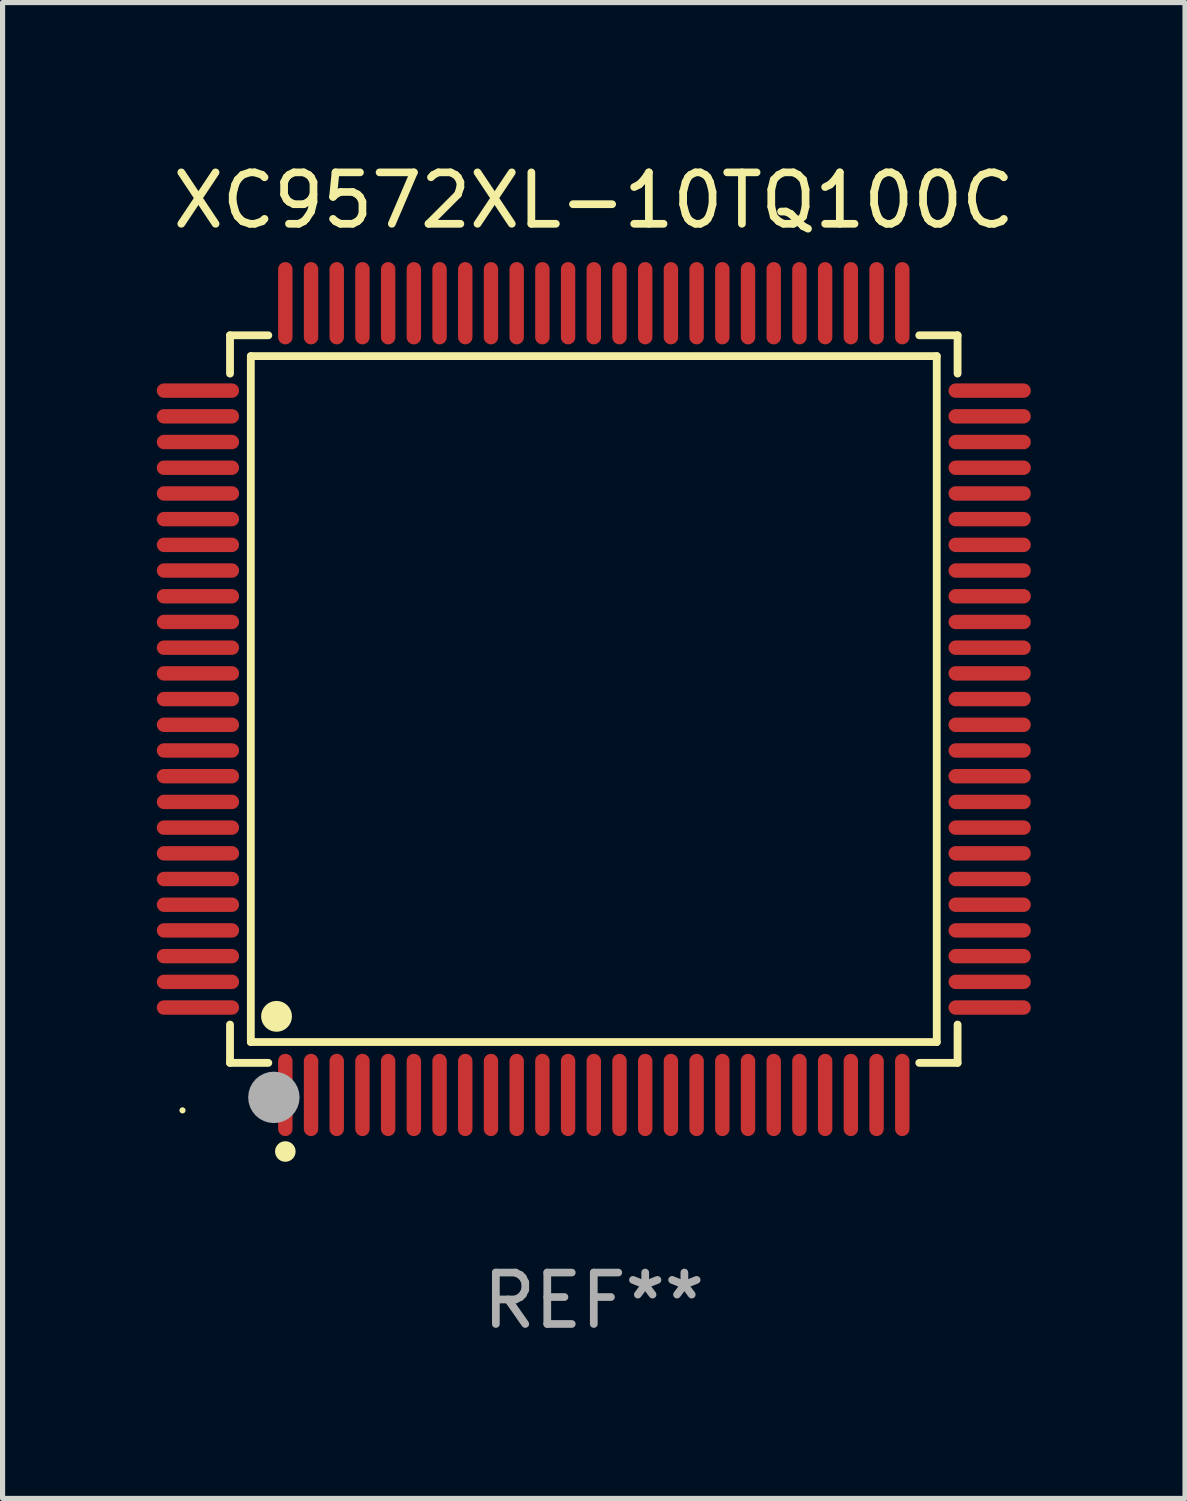
<source format=kicad_pcb>
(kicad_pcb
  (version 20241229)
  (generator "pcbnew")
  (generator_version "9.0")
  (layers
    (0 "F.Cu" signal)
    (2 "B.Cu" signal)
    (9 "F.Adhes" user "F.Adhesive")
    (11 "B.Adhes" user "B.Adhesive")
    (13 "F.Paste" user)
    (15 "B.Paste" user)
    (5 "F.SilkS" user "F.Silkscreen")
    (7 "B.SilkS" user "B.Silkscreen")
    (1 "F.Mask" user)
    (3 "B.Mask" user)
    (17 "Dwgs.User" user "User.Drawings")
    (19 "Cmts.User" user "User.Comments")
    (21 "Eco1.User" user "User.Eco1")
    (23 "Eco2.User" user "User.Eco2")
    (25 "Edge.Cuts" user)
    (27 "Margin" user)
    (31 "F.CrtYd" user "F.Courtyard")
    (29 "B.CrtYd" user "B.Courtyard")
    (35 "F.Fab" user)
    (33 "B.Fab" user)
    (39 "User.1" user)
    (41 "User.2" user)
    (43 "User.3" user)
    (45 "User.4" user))
  (footprint "XC9572XL-10TQ100C"
    (layer "F.Cu")
    (at 8.5 10.548)
    (property "Reference" "XC9572XL-10TQ100C" (at 0 -9.7 0) (layer "F.SilkS") (effects (font (size 1 1) (thickness 0.15))))
    (attr through_hole)
    (fp_line (start -7.076 -7.076) (end -6.331 -7.076) (stroke (width 0.152) (type solid)) (layer "F.SilkS"))
    (fp_line (start -7.076 -6.331) (end -7.076 -7.076) (stroke (width 0.152) (type solid)) (layer "F.SilkS"))
    (fp_line (start -7.076 6.331) (end -7.076 7.076) (stroke (width 0.152) (type solid)) (layer "F.SilkS"))
    (fp_line (start -7.076 7.076) (end -6.331 7.076) (stroke (width 0.152) (type solid)) (layer "F.SilkS"))
    (fp_line (start -6.671 -6.671) (end 6.671 -6.671) (stroke (width 0.152) (type solid)) (layer "F.SilkS"))
    (fp_line (start -6.671 6.671) (end -6.671 -6.671) (stroke (width 0.152) (type solid)) (layer "F.SilkS"))
    (fp_line (start 6.671 -6.671) (end 6.671 6.671) (stroke (width 0.152) (type solid)) (layer "F.SilkS"))
    (fp_line (start 6.671 6.671) (end -6.671 6.671) (stroke (width 0.152) (type solid)) (layer "F.SilkS"))
    (fp_line (start 7.076 -7.076) (end 6.331 -7.076) (stroke (width 0.152) (type solid)) (layer "F.SilkS"))
    (fp_line (start 7.076 -6.331) (end 7.076 -7.076) (stroke (width 0.152) (type solid)) (layer "F.SilkS"))
    (fp_line (start 7.076 6.331) (end 7.076 7.076) (stroke (width 0.152) (type solid)) (layer "F.SilkS"))
    (fp_line (start 7.076 7.076) (end 6.331 7.076) (stroke (width 0.152) (type solid)) (layer "F.SilkS"))
    (fp_circle (center -8 8) (end -7.97 8) (stroke (width 0.06) (type solid)) (fill no) (layer "F.SilkS"))
    (fp_circle (center -6.171 6.171) (end -6.021 6.171) (stroke (width 0.3) (type solid)) (fill no) (layer "F.SilkS"))
    (fp_circle (center -6 8.8) (end -5.9 8.8) (stroke (width 0.2) (type solid)) (fill no) (layer "F.SilkS"))
    (fp_circle (center -6.223 7.747) (end -5.973 7.747) (stroke (width 0.5) (type solid)) (fill no) (layer "F.Fab"))
    (fp_text user "REF**" (at 0 11.7 0) (layer "F.Fab") (effects (font (size 1 1) (thickness 0.15))))
    (pad "1" smd oval (at -6 7.7) (size 0.28 1.6) (layers "F.Cu" "F.Mask" "F.Paste"))
    (pad "2" smd oval (at -5.5 7.7) (size 0.28 1.6) (layers "F.Cu" "F.Mask" "F.Paste"))
    (pad "3" smd oval (at -5 7.7) (size 0.28 1.6) (layers "F.Cu" "F.Mask" "F.Paste"))
    (pad "4" smd oval (at -4.5 7.7) (size 0.28 1.6) (layers "F.Cu" "F.Mask" "F.Paste"))
    (pad "5" smd oval (at -4 7.7) (size 0.28 1.6) (layers "F.Cu" "F.Mask" "F.Paste"))
    (pad "6" smd oval (at -3.5 7.7) (size 0.28 1.6) (layers "F.Cu" "F.Mask" "F.Paste"))
    (pad "7" smd oval (at -3 7.7) (size 0.28 1.6) (layers "F.Cu" "F.Mask" "F.Paste"))
    (pad "8" smd oval (at -2.5 7.7) (size 0.28 1.6) (layers "F.Cu" "F.Mask" "F.Paste"))
    (pad "9" smd oval (at -2 7.7) (size 0.28 1.6) (layers "F.Cu" "F.Mask" "F.Paste"))
    (pad "10" smd oval (at -1.5 7.7) (size 0.28 1.6) (layers "F.Cu" "F.Mask" "F.Paste"))
    (pad "11" smd oval (at -1 7.7) (size 0.28 1.6) (layers "F.Cu" "F.Mask" "F.Paste"))
    (pad "12" smd oval (at -0.5 7.7) (size 0.28 1.6) (layers "F.Cu" "F.Mask" "F.Paste"))
    (pad "13" smd oval (at 0 7.7) (size 0.28 1.6) (layers "F.Cu" "F.Mask" "F.Paste"))
    (pad "14" smd oval (at 0.5 7.7) (size 0.28 1.6) (layers "F.Cu" "F.Mask" "F.Paste"))
    (pad "15" smd oval (at 1 7.7) (size 0.28 1.6) (layers "F.Cu" "F.Mask" "F.Paste"))
    (pad "16" smd oval (at 1.5 7.7) (size 0.28 1.6) (layers "F.Cu" "F.Mask" "F.Paste"))
    (pad "17" smd oval (at 2 7.7) (size 0.28 1.6) (layers "F.Cu" "F.Mask" "F.Paste"))
    (pad "18" smd oval (at 2.5 7.7) (size 0.28 1.6) (layers "F.Cu" "F.Mask" "F.Paste"))
    (pad "19" smd oval (at 3 7.7) (size 0.28 1.6) (layers "F.Cu" "F.Mask" "F.Paste"))
    (pad "20" smd oval (at 3.5 7.7) (size 0.28 1.6) (layers "F.Cu" "F.Mask" "F.Paste"))
    (pad "21" smd oval (at 4 7.7) (size 0.28 1.6) (layers "F.Cu" "F.Mask" "F.Paste"))
    (pad "22" smd oval (at 4.5 7.7) (size 0.28 1.6) (layers "F.Cu" "F.Mask" "F.Paste"))
    (pad "23" smd oval (at 5 7.7) (size 0.28 1.6) (layers "F.Cu" "F.Mask" "F.Paste"))
    (pad "24" smd oval (at 5.5 7.7) (size 0.28 1.6) (layers "F.Cu" "F.Mask" "F.Paste"))
    (pad "25" smd oval (at 6 7.7) (size 0.28 1.6) (layers "F.Cu" "F.Mask" "F.Paste"))
    (pad "26" smd oval (at 7.7 6) (size 1.6 0.28) (layers "F.Cu" "F.Mask" "F.Paste"))
    (pad "27" smd oval (at 7.7 5.5) (size 1.6 0.28) (layers "F.Cu" "F.Mask" "F.Paste"))
    (pad "28" smd oval (at 7.7 5) (size 1.6 0.28) (layers "F.Cu" "F.Mask" "F.Paste"))
    (pad "29" smd oval (at 7.7 4.5) (size 1.6 0.28) (layers "F.Cu" "F.Mask" "F.Paste"))
    (pad "30" smd oval (at 7.7 4) (size 1.6 0.28) (layers "F.Cu" "F.Mask" "F.Paste"))
    (pad "31" smd oval (at 7.7 3.5) (size 1.6 0.28) (layers "F.Cu" "F.Mask" "F.Paste"))
    (pad "32" smd oval (at 7.7 3) (size 1.6 0.28) (layers "F.Cu" "F.Mask" "F.Paste"))
    (pad "33" smd oval (at 7.7 2.5) (size 1.6 0.28) (layers "F.Cu" "F.Mask" "F.Paste"))
    (pad "34" smd oval (at 7.7 2) (size 1.6 0.28) (layers "F.Cu" "F.Mask" "F.Paste"))
    (pad "35" smd oval (at 7.7 1.5) (size 1.6 0.28) (layers "F.Cu" "F.Mask" "F.Paste"))
    (pad "36" smd oval (at 7.7 1) (size 1.6 0.28) (layers "F.Cu" "F.Mask" "F.Paste"))
    (pad "37" smd oval (at 7.7 0.5) (size 1.6 0.28) (layers "F.Cu" "F.Mask" "F.Paste"))
    (pad "38" smd oval (at 7.7 0) (size 1.6 0.28) (layers "F.Cu" "F.Mask" "F.Paste"))
    (pad "39" smd oval (at 7.7 -0.5) (size 1.6 0.28) (layers "F.Cu" "F.Mask" "F.Paste"))
    (pad "40" smd oval (at 7.7 -1) (size 1.6 0.28) (layers "F.Cu" "F.Mask" "F.Paste"))
    (pad "41" smd oval (at 7.7 -1.5) (size 1.6 0.28) (layers "F.Cu" "F.Mask" "F.Paste"))
    (pad "42" smd oval (at 7.7 -2) (size 1.6 0.28) (layers "F.Cu" "F.Mask" "F.Paste"))
    (pad "43" smd oval (at 7.7 -2.5) (size 1.6 0.28) (layers "F.Cu" "F.Mask" "F.Paste"))
    (pad "44" smd oval (at 7.7 -3) (size 1.6 0.28) (layers "F.Cu" "F.Mask" "F.Paste"))
    (pad "45" smd oval (at 7.7 -3.5) (size 1.6 0.28) (layers "F.Cu" "F.Mask" "F.Paste"))
    (pad "46" smd oval (at 7.7 -4) (size 1.6 0.28) (layers "F.Cu" "F.Mask" "F.Paste"))
    (pad "47" smd oval (at 7.7 -4.5) (size 1.6 0.28) (layers "F.Cu" "F.Mask" "F.Paste"))
    (pad "48" smd oval (at 7.7 -5) (size 1.6 0.28) (layers "F.Cu" "F.Mask" "F.Paste"))
    (pad "49" smd oval (at 7.7 -5.5) (size 1.6 0.28) (layers "F.Cu" "F.Mask" "F.Paste"))
    (pad "50" smd oval (at 7.7 -6) (size 1.6 0.28) (layers "F.Cu" "F.Mask" "F.Paste"))
    (pad "51" smd oval (at 6 -7.7) (size 0.28 1.6) (layers "F.Cu" "F.Mask" "F.Paste"))
    (pad "52" smd oval (at 5.5 -7.7) (size 0.28 1.6) (layers "F.Cu" "F.Mask" "F.Paste"))
    (pad "53" smd oval (at 5 -7.7) (size 0.28 1.6) (layers "F.Cu" "F.Mask" "F.Paste"))
    (pad "54" smd oval (at 4.5 -7.7) (size 0.28 1.6) (layers "F.Cu" "F.Mask" "F.Paste"))
    (pad "55" smd oval (at 4 -7.7) (size 0.28 1.6) (layers "F.Cu" "F.Mask" "F.Paste"))
    (pad "56" smd oval (at 3.5 -7.7) (size 0.28 1.6) (layers "F.Cu" "F.Mask" "F.Paste"))
    (pad "57" smd oval (at 3 -7.7) (size 0.28 1.6) (layers "F.Cu" "F.Mask" "F.Paste"))
    (pad "58" smd oval (at 2.5 -7.7) (size 0.28 1.6) (layers "F.Cu" "F.Mask" "F.Paste"))
    (pad "59" smd oval (at 2 -7.7) (size 0.28 1.6) (layers "F.Cu" "F.Mask" "F.Paste"))
    (pad "60" smd oval (at 1.5 -7.7) (size 0.28 1.6) (layers "F.Cu" "F.Mask" "F.Paste"))
    (pad "61" smd oval (at 1 -7.7) (size 0.28 1.6) (layers "F.Cu" "F.Mask" "F.Paste"))
    (pad "62" smd oval (at 0.5 -7.7) (size 0.28 1.6) (layers "F.Cu" "F.Mask" "F.Paste"))
    (pad "63" smd oval (at 0 -7.7) (size 0.28 1.6) (layers "F.Cu" "F.Mask" "F.Paste"))
    (pad "64" smd oval (at -0.5 -7.7) (size 0.28 1.6) (layers "F.Cu" "F.Mask" "F.Paste"))
    (pad "65" smd oval (at -1 -7.7) (size 0.28 1.6) (layers "F.Cu" "F.Mask" "F.Paste"))
    (pad "66" smd oval (at -1.5 -7.7) (size 0.28 1.6) (layers "F.Cu" "F.Mask" "F.Paste"))
    (pad "67" smd oval (at -2 -7.7) (size 0.28 1.6) (layers "F.Cu" "F.Mask" "F.Paste"))
    (pad "68" smd oval (at -2.5 -7.7) (size 0.28 1.6) (layers "F.Cu" "F.Mask" "F.Paste"))
    (pad "69" smd oval (at -3 -7.7) (size 0.28 1.6) (layers "F.Cu" "F.Mask" "F.Paste"))
    (pad "70" smd oval (at -3.5 -7.7) (size 0.28 1.6) (layers "F.Cu" "F.Mask" "F.Paste"))
    (pad "71" smd oval (at -4 -7.7) (size 0.28 1.6) (layers "F.Cu" "F.Mask" "F.Paste"))
    (pad "72" smd oval (at -4.5 -7.7) (size 0.28 1.6) (layers "F.Cu" "F.Mask" "F.Paste"))
    (pad "73" smd oval (at -5 -7.7) (size 0.28 1.6) (layers "F.Cu" "F.Mask" "F.Paste"))
    (pad "74" smd oval (at -5.5 -7.7) (size 0.28 1.6) (layers "F.Cu" "F.Mask" "F.Paste"))
    (pad "75" smd oval (at -6 -7.7) (size 0.28 1.6) (layers "F.Cu" "F.Mask" "F.Paste"))
    (pad "76" smd oval (at -7.7 -6) (size 1.6 0.28) (layers "F.Cu" "F.Mask" "F.Paste"))
    (pad "77" smd oval (at -7.7 -5.5) (size 1.6 0.28) (layers "F.Cu" "F.Mask" "F.Paste"))
    (pad "78" smd oval (at -7.7 -5) (size 1.6 0.28) (layers "F.Cu" "F.Mask" "F.Paste"))
    (pad "79" smd oval (at -7.7 -4.5) (size 1.6 0.28) (layers "F.Cu" "F.Mask" "F.Paste"))
    (pad "80" smd oval (at -7.7 -4) (size 1.6 0.28) (layers "F.Cu" "F.Mask" "F.Paste"))
    (pad "81" smd oval (at -7.7 -3.5) (size 1.6 0.28) (layers "F.Cu" "F.Mask" "F.Paste"))
    (pad "82" smd oval (at -7.7 -3) (size 1.6 0.28) (layers "F.Cu" "F.Mask" "F.Paste"))
    (pad "83" smd oval (at -7.7 -2.5) (size 1.6 0.28) (layers "F.Cu" "F.Mask" "F.Paste"))
    (pad "84" smd oval (at -7.7 -2) (size 1.6 0.28) (layers "F.Cu" "F.Mask" "F.Paste"))
    (pad "85" smd oval (at -7.7 -1.5) (size 1.6 0.28) (layers "F.Cu" "F.Mask" "F.Paste"))
    (pad "86" smd oval (at -7.7 -1) (size 1.6 0.28) (layers "F.Cu" "F.Mask" "F.Paste"))
    (pad "87" smd oval (at -7.7 -0.5) (size 1.6 0.28) (layers "F.Cu" "F.Mask" "F.Paste"))
    (pad "88" smd oval (at -7.7 0) (size 1.6 0.28) (layers "F.Cu" "F.Mask" "F.Paste"))
    (pad "89" smd oval (at -7.7 0.5) (size 1.6 0.28) (layers "F.Cu" "F.Mask" "F.Paste"))
    (pad "90" smd oval (at -7.7 1) (size 1.6 0.28) (layers "F.Cu" "F.Mask" "F.Paste"))
    (pad "91" smd oval (at -7.7 1.5) (size 1.6 0.28) (layers "F.Cu" "F.Mask" "F.Paste"))
    (pad "92" smd oval (at -7.7 2) (size 1.6 0.28) (layers "F.Cu" "F.Mask" "F.Paste"))
    (pad "93" smd oval (at -7.7 2.5) (size 1.6 0.28) (layers "F.Cu" "F.Mask" "F.Paste"))
    (pad "94" smd oval (at -7.7 3) (size 1.6 0.28) (layers "F.Cu" "F.Mask" "F.Paste"))
    (pad "95" smd oval (at -7.7 3.5) (size 1.6 0.28) (layers "F.Cu" "F.Mask" "F.Paste"))
    (pad "96" smd oval (at -7.7 4) (size 1.6 0.28) (layers "F.Cu" "F.Mask" "F.Paste"))
    (pad "97" smd oval (at -7.7 4.5) (size 1.6 0.28) (layers "F.Cu" "F.Mask" "F.Paste"))
    (pad "98" smd oval (at -7.7 5) (size 1.6 0.28) (layers "F.Cu" "F.Mask" "F.Paste"))
    (pad "99" smd oval (at -7.7 5.5) (size 1.6 0.28) (layers "F.Cu" "F.Mask" "F.Paste"))
    (pad "100" smd oval (at -7.7 6) (size 1.6 0.28) (layers "F.Cu" "F.Mask" "F.Paste")))
  (gr_rect
    (start -3 -3)
    (end 20 26.097)
    (stroke (width 0.1) (type default))
    (fill no)
    (layer "Edge.Cuts")))
</source>
